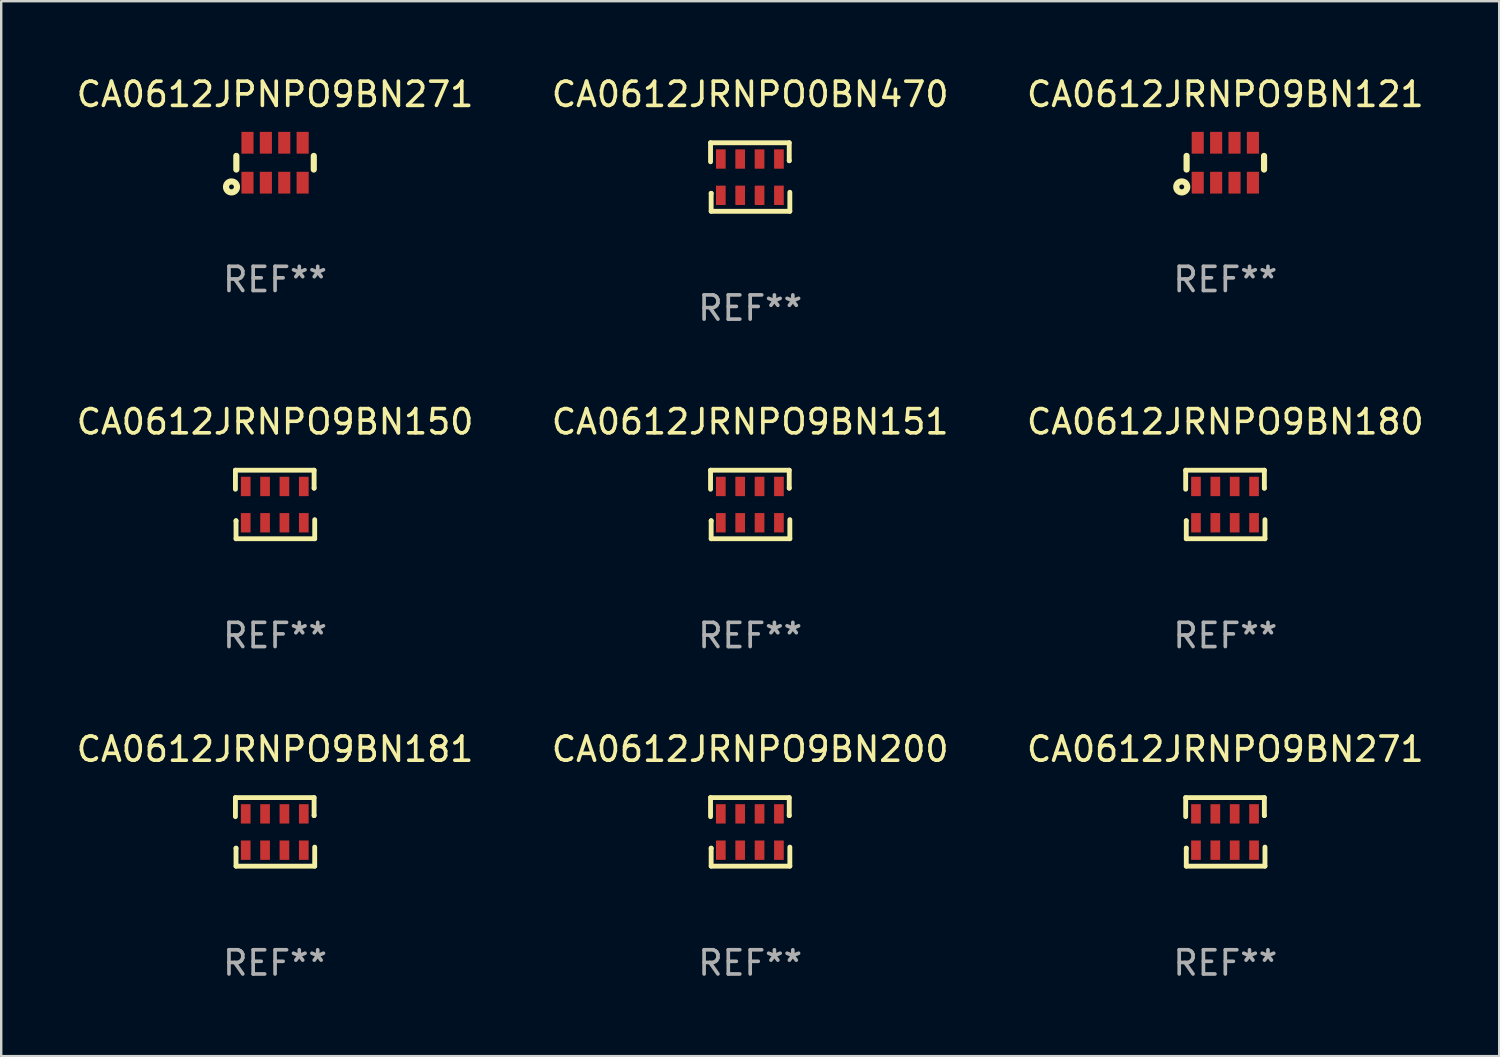
<source format=kicad_pcb>
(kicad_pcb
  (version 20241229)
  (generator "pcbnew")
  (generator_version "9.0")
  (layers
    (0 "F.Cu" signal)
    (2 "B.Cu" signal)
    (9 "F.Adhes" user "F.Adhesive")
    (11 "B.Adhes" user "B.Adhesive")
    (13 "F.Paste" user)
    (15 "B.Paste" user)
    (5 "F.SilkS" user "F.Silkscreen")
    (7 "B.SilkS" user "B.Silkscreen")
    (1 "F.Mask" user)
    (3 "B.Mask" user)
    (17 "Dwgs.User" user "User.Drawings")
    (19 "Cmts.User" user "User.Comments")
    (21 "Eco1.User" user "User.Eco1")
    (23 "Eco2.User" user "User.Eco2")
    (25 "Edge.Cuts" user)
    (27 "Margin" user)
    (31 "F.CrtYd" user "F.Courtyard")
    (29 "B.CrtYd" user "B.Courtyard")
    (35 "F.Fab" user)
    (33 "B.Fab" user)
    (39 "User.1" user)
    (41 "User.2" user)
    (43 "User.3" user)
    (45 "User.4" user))
  (footprint "CA0612JRNPO9BN150"
    (layer "F.Cu")
    (at 8.315 17.793)
    (property "Reference" "CA0612JRNPO9BN150" (at 0 -3.416 0) (layer "F.SilkS") (effects (font (size 1 1) (thickness 0.15))))
    (attr through_hole)
    (fp_line (start -1.638 -1.416) (end 1.613 -1.416) (stroke (width 0.2) (type solid)) (layer "F.SilkS"))
    (fp_line (start -1.638 -0.629) (end -1.638 -1.416) (stroke (width 0.2) (type solid)) (layer "F.SilkS"))
    (fp_line (start -1.613 0.673) (end -1.613 0.68) (stroke (width 0.2) (type solid)) (layer "F.SilkS"))
    (fp_line (start -1.613 1.416) (end -1.613 0.673) (stroke (width 0.2) (type solid)) (layer "F.SilkS"))
    (fp_line (start 1.613 -1.416) (end 1.613 -0.673) (stroke (width 0.2) (type solid)) (layer "F.SilkS"))
    (fp_line (start 1.613 -0.673) (end 1.613 -0.68) (stroke (width 0.2) (type solid)) (layer "F.SilkS"))
    (fp_line (start 1.638 0.629) (end 1.638 1.416) (stroke (width 0.2) (type solid)) (layer "F.SilkS"))
    (fp_line (start 1.638 1.416) (end -1.613 1.416) (stroke (width 0.2) (type solid)) (layer "F.SilkS"))
    (fp_circle (center -1.613 0.806) (end -1.583 0.806) (stroke (width 0.06) (type solid)) (fill no) (layer "F.SilkS"))
    (fp_text user "REF**" (at 0 5.416 0) (layer "F.Fab") (effects (font (size 1 1) (thickness 0.15))))
    (pad "1" smd rect (at -1.213 0.756 90) (size 0.8 0.4) (layers "F.Cu" "F.Mask" "F.Paste"))
    (pad "2" smd rect (at -0.413 0.756 90) (size 0.8 0.4) (layers "F.Cu" "F.Mask" "F.Paste"))
    (pad "3" smd rect (at 0.387 0.756 90) (size 0.8 0.4) (layers "F.Cu" "F.Mask" "F.Paste"))
    (pad "4" smd rect (at 1.187 0.756 90) (size 0.8 0.4) (layers "F.Cu" "F.Mask" "F.Paste"))
    (pad "5" smd rect (at 1.187 -0.744 90) (size 0.8 0.4) (layers "F.Cu" "F.Mask" "F.Paste"))
    (pad "6" smd rect (at 0.387 -0.744 90) (size 0.8 0.4) (layers "F.Cu" "F.Mask" "F.Paste"))
    (pad "7" smd rect (at -0.413 -0.744 90) (size 0.8 0.4) (layers "F.Cu" "F.Mask" "F.Paste"))
    (pad "8" smd rect (at -1.213 -0.744 90) (size 0.8 0.4) (layers "F.Cu" "F.Mask" "F.Paste")))
  (footprint "CA0612JPNPO9BN271"
    (layer "F.Cu")
    (at 8.315 3.673)
    (property "Reference" "CA0612JPNPO9BN271" (at 0 -2.825 0) (layer "F.SilkS") (effects (font (size 1 1) (thickness 0.15))))
    (attr through_hole)
    (fp_line (start -1.6 -0.282) (end -1.6 0.282) (stroke (width 0.254) (type solid)) (layer "F.SilkS"))
    (fp_line (start 1.6 -0.282) (end 1.6 0.282) (stroke (width 0.254) (type solid)) (layer "F.SilkS"))
    (fp_circle (center -1.8 1) (end -1.7 1) (stroke (width 0.254) (type solid)) (fill no) (layer "F.SilkS"))
    (fp_circle (center -1.6 0.8) (end -1.57 0.8) (stroke (width 0.06) (type solid)) (fill no) (layer "F.SilkS"))
    (fp_text user "REF**" (at 0 4.825 0) (layer "F.Fab") (effects (font (size 1 1) (thickness 0.15))))
    (pad "1" smd rect (at -1.14 0.825 90) (size 0.9 0.5) (layers "F.Cu" "F.Mask" "F.Paste"))
    (pad "2" smd rect (at -0.38 0.825 90) (size 0.9 0.5) (layers "F.Cu" "F.Mask" "F.Paste"))
    (pad "3" smd rect (at 0.38 0.825 90) (size 0.9 0.5) (layers "F.Cu" "F.Mask" "F.Paste"))
    (pad "4" smd rect (at 1.14 0.825 90) (size 0.9 0.5) (layers "F.Cu" "F.Mask" "F.Paste"))
    (pad "5" smd rect (at 1.14 -0.825 90) (size 0.9 0.5) (layers "F.Cu" "F.Mask" "F.Paste"))
    (pad "6" smd rect (at 0.38 -0.825 90) (size 0.9 0.5) (layers "F.Cu" "F.Mask" "F.Paste"))
    (pad "7" smd rect (at -0.38 -0.825 90) (size 0.9 0.5) (layers "F.Cu" "F.Mask" "F.Paste"))
    (pad "8" smd rect (at -1.14 -0.825 90) (size 0.9 0.5) (layers "F.Cu" "F.Mask" "F.Paste")))
  (footprint "CA0612JRNPO9BN151"
    (layer "F.Cu")
    (at 27.946 17.793)
    (property "Reference" "CA0612JRNPO9BN151" (at 0 -3.416 0) (layer "F.SilkS") (effects (font (size 1 1) (thickness 0.15))))
    (attr through_hole)
    (fp_line (start -1.638 -1.416) (end 1.613 -1.416) (stroke (width 0.2) (type solid)) (layer "F.SilkS"))
    (fp_line (start -1.638 -0.629) (end -1.638 -1.416) (stroke (width 0.2) (type solid)) (layer "F.SilkS"))
    (fp_line (start -1.613 0.673) (end -1.613 0.68) (stroke (width 0.2) (type solid)) (layer "F.SilkS"))
    (fp_line (start -1.613 1.416) (end -1.613 0.673) (stroke (width 0.2) (type solid)) (layer "F.SilkS"))
    (fp_line (start 1.613 -1.416) (end 1.613 -0.673) (stroke (width 0.2) (type solid)) (layer "F.SilkS"))
    (fp_line (start 1.613 -0.673) (end 1.613 -0.68) (stroke (width 0.2) (type solid)) (layer "F.SilkS"))
    (fp_line (start 1.638 0.629) (end 1.638 1.416) (stroke (width 0.2) (type solid)) (layer "F.SilkS"))
    (fp_line (start 1.638 1.416) (end -1.613 1.416) (stroke (width 0.2) (type solid)) (layer "F.SilkS"))
    (fp_circle (center -1.613 0.806) (end -1.583 0.806) (stroke (width 0.06) (type solid)) (fill no) (layer "F.SilkS"))
    (fp_text user "REF**" (at 0 5.416 0) (layer "F.Fab") (effects (font (size 1 1) (thickness 0.15))))
    (pad "1" smd rect (at -1.213 0.756 90) (size 0.8 0.4) (layers "F.Cu" "F.Mask" "F.Paste"))
    (pad "2" smd rect (at -0.413 0.756 90) (size 0.8 0.4) (layers "F.Cu" "F.Mask" "F.Paste"))
    (pad "3" smd rect (at 0.387 0.756 90) (size 0.8 0.4) (layers "F.Cu" "F.Mask" "F.Paste"))
    (pad "4" smd rect (at 1.187 0.756 90) (size 0.8 0.4) (layers "F.Cu" "F.Mask" "F.Paste"))
    (pad "5" smd rect (at 1.187 -0.744 90) (size 0.8 0.4) (layers "F.Cu" "F.Mask" "F.Paste"))
    (pad "6" smd rect (at 0.387 -0.744 90) (size 0.8 0.4) (layers "F.Cu" "F.Mask" "F.Paste"))
    (pad "7" smd rect (at -0.413 -0.744 90) (size 0.8 0.4) (layers "F.Cu" "F.Mask" "F.Paste"))
    (pad "8" smd rect (at -1.213 -0.744 90) (size 0.8 0.4) (layers "F.Cu" "F.Mask" "F.Paste")))
  (footprint "CA0612JRNPO9BN200"
    (layer "F.Cu")
    (at 27.946 31.321)
    (property "Reference" "CA0612JRNPO9BN200" (at 0 -3.416 0) (layer "F.SilkS") (effects (font (size 1 1) (thickness 0.15))))
    (attr through_hole)
    (fp_line (start -1.638 -1.416) (end 1.613 -1.416) (stroke (width 0.2) (type solid)) (layer "F.SilkS"))
    (fp_line (start -1.638 -0.629) (end -1.638 -1.416) (stroke (width 0.2) (type solid)) (layer "F.SilkS"))
    (fp_line (start -1.613 0.673) (end -1.613 0.68) (stroke (width 0.2) (type solid)) (layer "F.SilkS"))
    (fp_line (start -1.613 1.416) (end -1.613 0.673) (stroke (width 0.2) (type solid)) (layer "F.SilkS"))
    (fp_line (start 1.613 -1.416) (end 1.613 -0.673) (stroke (width 0.2) (type solid)) (layer "F.SilkS"))
    (fp_line (start 1.613 -0.673) (end 1.613 -0.68) (stroke (width 0.2) (type solid)) (layer "F.SilkS"))
    (fp_line (start 1.638 0.629) (end 1.638 1.416) (stroke (width 0.2) (type solid)) (layer "F.SilkS"))
    (fp_line (start 1.638 1.416) (end -1.613 1.416) (stroke (width 0.2) (type solid)) (layer "F.SilkS"))
    (fp_circle (center -1.613 0.806) (end -1.583 0.806) (stroke (width 0.06) (type solid)) (fill no) (layer "F.SilkS"))
    (fp_text user "REF**" (at 0 5.416 0) (layer "F.Fab") (effects (font (size 1 1) (thickness 0.15))))
    (pad "1" smd rect (at -1.213 0.756 90) (size 0.8 0.4) (layers "F.Cu" "F.Mask" "F.Paste"))
    (pad "2" smd rect (at -0.413 0.756 90) (size 0.8 0.4) (layers "F.Cu" "F.Mask" "F.Paste"))
    (pad "3" smd rect (at 0.387 0.756 90) (size 0.8 0.4) (layers "F.Cu" "F.Mask" "F.Paste"))
    (pad "4" smd rect (at 1.187 0.756 90) (size 0.8 0.4) (layers "F.Cu" "F.Mask" "F.Paste"))
    (pad "5" smd rect (at 1.187 -0.744 90) (size 0.8 0.4) (layers "F.Cu" "F.Mask" "F.Paste"))
    (pad "6" smd rect (at 0.387 -0.744 90) (size 0.8 0.4) (layers "F.Cu" "F.Mask" "F.Paste"))
    (pad "7" smd rect (at -0.413 -0.744 90) (size 0.8 0.4) (layers "F.Cu" "F.Mask" "F.Paste"))
    (pad "8" smd rect (at -1.213 -0.744 90) (size 0.8 0.4) (layers "F.Cu" "F.Mask" "F.Paste")))
  (footprint "CA0612JRNPO9BN121"
    (layer "F.Cu")
    (at 47.577 3.673)
    (property "Reference" "CA0612JRNPO9BN121" (at 0 -2.825 0) (layer "F.SilkS") (effects (font (size 1 1) (thickness 0.15))))
    (attr through_hole)
    (fp_line (start -1.6 -0.282) (end -1.6 0.282) (stroke (width 0.254) (type solid)) (layer "F.SilkS"))
    (fp_line (start 1.6 -0.282) (end 1.6 0.282) (stroke (width 0.254) (type solid)) (layer "F.SilkS"))
    (fp_circle (center -1.8 1) (end -1.7 1) (stroke (width 0.254) (type solid)) (fill no) (layer "F.SilkS"))
    (fp_circle (center -1.6 0.8) (end -1.57 0.8) (stroke (width 0.06) (type solid)) (fill no) (layer "F.SilkS"))
    (fp_text user "REF**" (at 0 4.825 0) (layer "F.Fab") (effects (font (size 1 1) (thickness 0.15))))
    (pad "1" smd rect (at -1.14 0.825 90) (size 0.9 0.5) (layers "F.Cu" "F.Mask" "F.Paste"))
    (pad "2" smd rect (at -0.38 0.825 90) (size 0.9 0.5) (layers "F.Cu" "F.Mask" "F.Paste"))
    (pad "3" smd rect (at 0.38 0.825 90) (size 0.9 0.5) (layers "F.Cu" "F.Mask" "F.Paste"))
    (pad "4" smd rect (at 1.14 0.825 90) (size 0.9 0.5) (layers "F.Cu" "F.Mask" "F.Paste"))
    (pad "5" smd rect (at 1.14 -0.825 90) (size 0.9 0.5) (layers "F.Cu" "F.Mask" "F.Paste"))
    (pad "6" smd rect (at 0.38 -0.825 90) (size 0.9 0.5) (layers "F.Cu" "F.Mask" "F.Paste"))
    (pad "7" smd rect (at -0.38 -0.825 90) (size 0.9 0.5) (layers "F.Cu" "F.Mask" "F.Paste"))
    (pad "8" smd rect (at -1.14 -0.825 90) (size 0.9 0.5) (layers "F.Cu" "F.Mask" "F.Paste")))
  (footprint "CA0612JRNPO0BN470"
    (layer "F.Cu")
    (at 27.946 4.264)
    (property "Reference" "CA0612JRNPO0BN470" (at 0 -3.416 0) (layer "F.SilkS") (effects (font (size 1 1) (thickness 0.15))))
    (attr through_hole)
    (fp_line (start -1.638 -1.416) (end 1.613 -1.416) (stroke (width 0.2) (type solid)) (layer "F.SilkS"))
    (fp_line (start -1.638 -0.629) (end -1.638 -1.416) (stroke (width 0.2) (type solid)) (layer "F.SilkS"))
    (fp_line (start -1.613 0.673) (end -1.613 0.68) (stroke (width 0.2) (type solid)) (layer "F.SilkS"))
    (fp_line (start -1.613 1.416) (end -1.613 0.673) (stroke (width 0.2) (type solid)) (layer "F.SilkS"))
    (fp_line (start 1.613 -1.416) (end 1.613 -0.673) (stroke (width 0.2) (type solid)) (layer "F.SilkS"))
    (fp_line (start 1.613 -0.673) (end 1.613 -0.68) (stroke (width 0.2) (type solid)) (layer "F.SilkS"))
    (fp_line (start 1.638 0.629) (end 1.638 1.416) (stroke (width 0.2) (type solid)) (layer "F.SilkS"))
    (fp_line (start 1.638 1.416) (end -1.613 1.416) (stroke (width 0.2) (type solid)) (layer "F.SilkS"))
    (fp_circle (center -1.613 0.806) (end -1.583 0.806) (stroke (width 0.06) (type solid)) (fill no) (layer "F.SilkS"))
    (fp_text user "REF**" (at 0 5.416 0) (layer "F.Fab") (effects (font (size 1 1) (thickness 0.15))))
    (pad "1" smd rect (at -1.213 0.756 90) (size 0.8 0.4) (layers "F.Cu" "F.Mask" "F.Paste"))
    (pad "2" smd rect (at -0.413 0.756 90) (size 0.8 0.4) (layers "F.Cu" "F.Mask" "F.Paste"))
    (pad "3" smd rect (at 0.387 0.756 90) (size 0.8 0.4) (layers "F.Cu" "F.Mask" "F.Paste"))
    (pad "4" smd rect (at 1.187 0.756 90) (size 0.8 0.4) (layers "F.Cu" "F.Mask" "F.Paste"))
    (pad "5" smd rect (at 1.187 -0.744 90) (size 0.8 0.4) (layers "F.Cu" "F.Mask" "F.Paste"))
    (pad "6" smd rect (at 0.387 -0.744 90) (size 0.8 0.4) (layers "F.Cu" "F.Mask" "F.Paste"))
    (pad "7" smd rect (at -0.413 -0.744 90) (size 0.8 0.4) (layers "F.Cu" "F.Mask" "F.Paste"))
    (pad "8" smd rect (at -1.213 -0.744 90) (size 0.8 0.4) (layers "F.Cu" "F.Mask" "F.Paste")))
  (footprint "CA0612JRNPO9BN271"
    (layer "F.Cu")
    (at 47.577 31.321)
    (property "Reference" "CA0612JRNPO9BN271" (at 0 -3.416 0) (layer "F.SilkS") (effects (font (size 1 1) (thickness 0.15))))
    (attr through_hole)
    (fp_line (start -1.638 -1.416) (end 1.613 -1.416) (stroke (width 0.2) (type solid)) (layer "F.SilkS"))
    (fp_line (start -1.638 -0.629) (end -1.638 -1.416) (stroke (width 0.2) (type solid)) (layer "F.SilkS"))
    (fp_line (start -1.613 0.673) (end -1.613 0.68) (stroke (width 0.2) (type solid)) (layer "F.SilkS"))
    (fp_line (start -1.613 1.416) (end -1.613 0.673) (stroke (width 0.2) (type solid)) (layer "F.SilkS"))
    (fp_line (start 1.613 -1.416) (end 1.613 -0.673) (stroke (width 0.2) (type solid)) (layer "F.SilkS"))
    (fp_line (start 1.613 -0.673) (end 1.613 -0.68) (stroke (width 0.2) (type solid)) (layer "F.SilkS"))
    (fp_line (start 1.638 0.629) (end 1.638 1.416) (stroke (width 0.2) (type solid)) (layer "F.SilkS"))
    (fp_line (start 1.638 1.416) (end -1.613 1.416) (stroke (width 0.2) (type solid)) (layer "F.SilkS"))
    (fp_circle (center -1.613 0.806) (end -1.583 0.806) (stroke (width 0.06) (type solid)) (fill no) (layer "F.SilkS"))
    (fp_text user "REF**" (at 0 5.416 0) (layer "F.Fab") (effects (font (size 1 1) (thickness 0.15))))
    (pad "1" smd rect (at -1.213 0.756 90) (size 0.8 0.4) (layers "F.Cu" "F.Mask" "F.Paste"))
    (pad "2" smd rect (at -0.413 0.756 90) (size 0.8 0.4) (layers "F.Cu" "F.Mask" "F.Paste"))
    (pad "3" smd rect (at 0.387 0.756 90) (size 0.8 0.4) (layers "F.Cu" "F.Mask" "F.Paste"))
    (pad "4" smd rect (at 1.187 0.756 90) (size 0.8 0.4) (layers "F.Cu" "F.Mask" "F.Paste"))
    (pad "5" smd rect (at 1.187 -0.744 90) (size 0.8 0.4) (layers "F.Cu" "F.Mask" "F.Paste"))
    (pad "6" smd rect (at 0.387 -0.744 90) (size 0.8 0.4) (layers "F.Cu" "F.Mask" "F.Paste"))
    (pad "7" smd rect (at -0.413 -0.744 90) (size 0.8 0.4) (layers "F.Cu" "F.Mask" "F.Paste"))
    (pad "8" smd rect (at -1.213 -0.744 90) (size 0.8 0.4) (layers "F.Cu" "F.Mask" "F.Paste")))
  (footprint "CA0612JRNPO9BN180"
    (layer "F.Cu")
    (at 47.577 17.793)
    (property "Reference" "CA0612JRNPO9BN180" (at 0 -3.416 0) (layer "F.SilkS") (effects (font (size 1 1) (thickness 0.15))))
    (attr through_hole)
    (fp_line (start -1.638 -1.416) (end 1.613 -1.416) (stroke (width 0.2) (type solid)) (layer "F.SilkS"))
    (fp_line (start -1.638 -0.629) (end -1.638 -1.416) (stroke (width 0.2) (type solid)) (layer "F.SilkS"))
    (fp_line (start -1.613 0.673) (end -1.613 0.68) (stroke (width 0.2) (type solid)) (layer "F.SilkS"))
    (fp_line (start -1.613 1.416) (end -1.613 0.673) (stroke (width 0.2) (type solid)) (layer "F.SilkS"))
    (fp_line (start 1.613 -1.416) (end 1.613 -0.673) (stroke (width 0.2) (type solid)) (layer "F.SilkS"))
    (fp_line (start 1.613 -0.673) (end 1.613 -0.68) (stroke (width 0.2) (type solid)) (layer "F.SilkS"))
    (fp_line (start 1.638 0.629) (end 1.638 1.416) (stroke (width 0.2) (type solid)) (layer "F.SilkS"))
    (fp_line (start 1.638 1.416) (end -1.613 1.416) (stroke (width 0.2) (type solid)) (layer "F.SilkS"))
    (fp_circle (center -1.613 0.806) (end -1.583 0.806) (stroke (width 0.06) (type solid)) (fill no) (layer "F.SilkS"))
    (fp_text user "REF**" (at 0 5.416 0) (layer "F.Fab") (effects (font (size 1 1) (thickness 0.15))))
    (pad "1" smd rect (at -1.213 0.756 90) (size 0.8 0.4) (layers "F.Cu" "F.Mask" "F.Paste"))
    (pad "2" smd rect (at -0.413 0.756 90) (size 0.8 0.4) (layers "F.Cu" "F.Mask" "F.Paste"))
    (pad "3" smd rect (at 0.387 0.756 90) (size 0.8 0.4) (layers "F.Cu" "F.Mask" "F.Paste"))
    (pad "4" smd rect (at 1.187 0.756 90) (size 0.8 0.4) (layers "F.Cu" "F.Mask" "F.Paste"))
    (pad "5" smd rect (at 1.187 -0.744 90) (size 0.8 0.4) (layers "F.Cu" "F.Mask" "F.Paste"))
    (pad "6" smd rect (at 0.387 -0.744 90) (size 0.8 0.4) (layers "F.Cu" "F.Mask" "F.Paste"))
    (pad "7" smd rect (at -0.413 -0.744 90) (size 0.8 0.4) (layers "F.Cu" "F.Mask" "F.Paste"))
    (pad "8" smd rect (at -1.213 -0.744 90) (size 0.8 0.4) (layers "F.Cu" "F.Mask" "F.Paste")))
  (footprint "CA0612JRNPO9BN181"
    (layer "F.Cu")
    (at 8.315 31.321)
    (property "Reference" "CA0612JRNPO9BN181" (at 0 -3.416 0) (layer "F.SilkS") (effects (font (size 1 1) (thickness 0.15))))
    (attr through_hole)
    (fp_line (start -1.638 -1.416) (end 1.613 -1.416) (stroke (width 0.2) (type solid)) (layer "F.SilkS"))
    (fp_line (start -1.638 -0.629) (end -1.638 -1.416) (stroke (width 0.2) (type solid)) (layer "F.SilkS"))
    (fp_line (start -1.613 0.673) (end -1.613 0.68) (stroke (width 0.2) (type solid)) (layer "F.SilkS"))
    (fp_line (start -1.613 1.416) (end -1.613 0.673) (stroke (width 0.2) (type solid)) (layer "F.SilkS"))
    (fp_line (start 1.613 -1.416) (end 1.613 -0.673) (stroke (width 0.2) (type solid)) (layer "F.SilkS"))
    (fp_line (start 1.613 -0.673) (end 1.613 -0.68) (stroke (width 0.2) (type solid)) (layer "F.SilkS"))
    (fp_line (start 1.638 0.629) (end 1.638 1.416) (stroke (width 0.2) (type solid)) (layer "F.SilkS"))
    (fp_line (start 1.638 1.416) (end -1.613 1.416) (stroke (width 0.2) (type solid)) (layer "F.SilkS"))
    (fp_circle (center -1.613 0.806) (end -1.583 0.806) (stroke (width 0.06) (type solid)) (fill no) (layer "F.SilkS"))
    (fp_text user "REF**" (at 0 5.416 0) (layer "F.Fab") (effects (font (size 1 1) (thickness 0.15))))
    (pad "1" smd rect (at -1.213 0.756 90) (size 0.8 0.4) (layers "F.Cu" "F.Mask" "F.Paste"))
    (pad "2" smd rect (at -0.413 0.756 90) (size 0.8 0.4) (layers "F.Cu" "F.Mask" "F.Paste"))
    (pad "3" smd rect (at 0.387 0.756 90) (size 0.8 0.4) (layers "F.Cu" "F.Mask" "F.Paste"))
    (pad "4" smd rect (at 1.187 0.756 90) (size 0.8 0.4) (layers "F.Cu" "F.Mask" "F.Paste"))
    (pad "5" smd rect (at 1.187 -0.744 90) (size 0.8 0.4) (layers "F.Cu" "F.Mask" "F.Paste"))
    (pad "6" smd rect (at 0.387 -0.744 90) (size 0.8 0.4) (layers "F.Cu" "F.Mask" "F.Paste"))
    (pad "7" smd rect (at -0.413 -0.744 90) (size 0.8 0.4) (layers "F.Cu" "F.Mask" "F.Paste"))
    (pad "8" smd rect (at -1.213 -0.744 90) (size 0.8 0.4) (layers "F.Cu" "F.Mask" "F.Paste")))
  (gr_rect
    (start -3 -3)
    (end 58.893 40.586)
    (stroke (width 0.1) (type default))
    (fill no)
    (layer "Edge.Cuts")))
</source>
